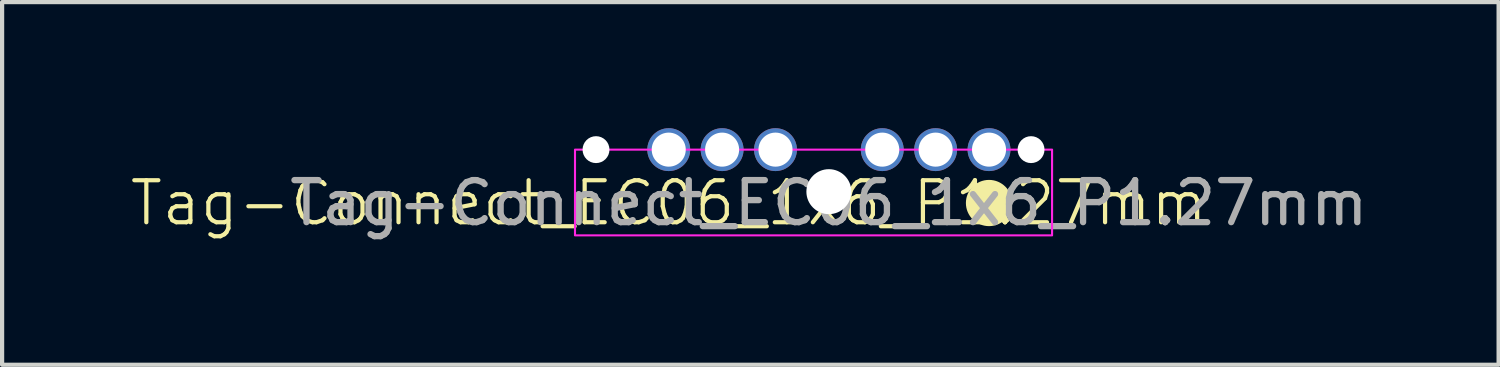
<source format=kicad_pcb>
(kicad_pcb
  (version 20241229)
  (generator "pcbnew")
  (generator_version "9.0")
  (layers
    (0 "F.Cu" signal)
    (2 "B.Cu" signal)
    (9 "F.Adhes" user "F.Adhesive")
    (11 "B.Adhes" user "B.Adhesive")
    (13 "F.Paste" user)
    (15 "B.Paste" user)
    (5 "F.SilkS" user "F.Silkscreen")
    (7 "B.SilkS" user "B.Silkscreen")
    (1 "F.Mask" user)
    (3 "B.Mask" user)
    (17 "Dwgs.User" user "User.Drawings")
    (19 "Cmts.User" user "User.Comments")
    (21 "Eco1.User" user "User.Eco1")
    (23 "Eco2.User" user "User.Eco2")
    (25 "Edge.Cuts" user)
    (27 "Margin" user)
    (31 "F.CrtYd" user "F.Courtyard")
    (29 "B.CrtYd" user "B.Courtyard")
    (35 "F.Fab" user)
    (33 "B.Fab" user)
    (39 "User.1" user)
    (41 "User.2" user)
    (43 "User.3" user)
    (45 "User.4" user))
  (footprint "Tag-Connect_EC06_1x6_P1.27mm"
    (layer "F.Cu")
    (at 16.67 0.51)
    (property "Reference" "Tag-Connect_EC06_1x6_P1.27mm" (at -3.81 1.27 0) (unlocked yes) (layer "F.SilkS") (effects (font (size 1 1) (thickness 0.1))))
    (attr through_hole exclude_from_pos_files exclude_from_bom)
    (fp_circle (center 3.81 1.27) (end 4.31 1.27) (stroke (width 0.1) (type solid)) (fill yes) (layer "F.SilkS"))
    (fp_rect (start -6.04 0) (end 5.31 2.04) (stroke (width 0.05) (type default)) (fill no) (layer "F.CrtYd"))
    (fp_text user "${REFERENCE}" (at 0 1.27 0) (unlocked yes) (layer "F.Fab") (effects (font (size 1 1) (thickness 0.15))))
    (pad "" np_thru_hole circle (at -5.54 0) (size 0.64 0.64) (drill 0.64) (layers "*.Cu" "*.Mask"))
    (pad "" np_thru_hole circle (at 0 1) (size 1.07 1.07) (drill 1.07) (layers "*.Cu" "*.Mask"))
    (pad "" np_thru_hole circle (at 4.81 0) (size 0.64 0.64) (drill 0.64) (layers "*.Cu" "*.Mask"))
    (pad "1" thru_hole circle (at 3.81 0) (size 1.02 1.02) (drill 0.81) (property pad_prop_castellated) (layers "*.Cu" "*.Mask"))
    (pad "2" thru_hole circle (at 2.54 0) (size 1.02 1.02) (drill 0.81) (property pad_prop_castellated) (layers "*.Cu" "*.Mask"))
    (pad "3" thru_hole circle (at 1.27 0) (size 1.02 1.02) (drill 0.81) (property pad_prop_castellated) (layers "*.Cu" "*.Mask"))
    (pad "4" thru_hole circle (at -1.27 0) (size 1.02 1.02) (drill 0.81) (property pad_prop_castellated) (layers "*.Cu" "*.Mask"))
    (pad "5" thru_hole circle (at -2.54 0) (size 1.02 1.02) (drill 0.81) (property pad_prop_castellated) (layers "*.Cu" "*.Mask"))
    (pad "6" thru_hole circle (at -3.81 0) (size 1.02 1.02) (drill 0.81) (property pad_prop_castellated) (layers "*.Cu" "*.Mask")))
  (gr_rect
    (start -3 -3)
    (end 32.604 5.628)
    (stroke (width 0.1) (type default))
    (fill no)
    (layer "Edge.Cuts")))
</source>
